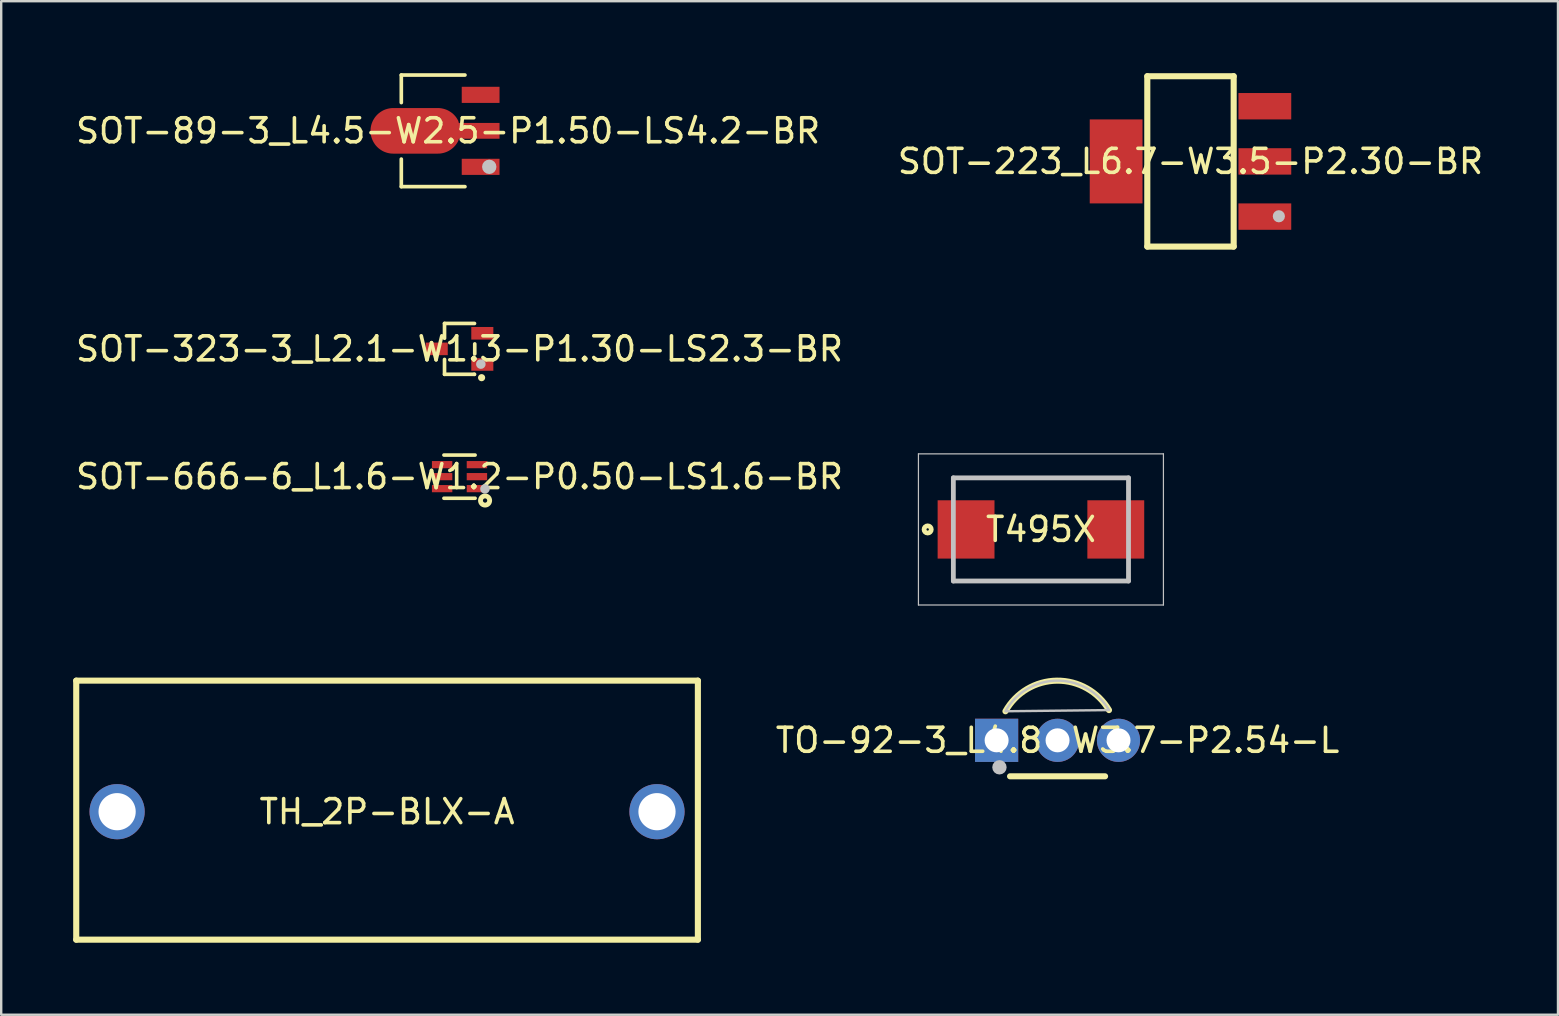
<source format=kicad_pcb>
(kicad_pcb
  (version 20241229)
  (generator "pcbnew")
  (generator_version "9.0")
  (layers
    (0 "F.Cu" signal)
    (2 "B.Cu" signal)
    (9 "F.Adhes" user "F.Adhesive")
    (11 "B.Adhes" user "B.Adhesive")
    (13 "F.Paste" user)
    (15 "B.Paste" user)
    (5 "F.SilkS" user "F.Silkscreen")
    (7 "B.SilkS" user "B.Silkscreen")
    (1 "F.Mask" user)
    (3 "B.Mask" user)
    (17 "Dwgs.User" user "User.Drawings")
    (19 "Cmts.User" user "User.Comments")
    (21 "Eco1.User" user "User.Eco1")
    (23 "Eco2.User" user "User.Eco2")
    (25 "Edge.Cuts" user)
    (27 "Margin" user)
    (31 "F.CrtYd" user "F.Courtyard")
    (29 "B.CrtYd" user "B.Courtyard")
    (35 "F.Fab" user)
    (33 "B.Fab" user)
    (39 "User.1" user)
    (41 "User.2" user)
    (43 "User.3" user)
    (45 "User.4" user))
  (footprint "SOT-223_L6.7-W3.5-P2.30-BR"
    (layer "F.Cu")
    (at 46.565 3.677)
    (property "Reference" "SOT-223_L6.7-W3.5-P2.30-BR" (at 0 0 0) (layer "F.SilkS") (effects (font (size 1 1) (thickness 0.15))))
    (fp_line (start -1.8 -3.55) (end 1.8 -3.55) (stroke (width 0.254) (type default)) (layer "F.SilkS"))
    (fp_line (start -1.8 3.55) (end -1.8 -3.55) (stroke (width 0.254) (type default)) (layer "F.SilkS"))
    (fp_line (start -1.8 3.55) (end 1.8 3.55) (stroke (width 0.254) (type default)) (layer "F.SilkS"))
    (fp_line (start 1.8 3.55) (end 1.8 -3.55) (stroke (width 0.254) (type default)) (layer "F.SilkS"))
    (fp_circle (center 3.683 2.286) (end 3.81 2.286) (stroke (width 0.254) (type default)) (fill no) (layer "Dwgs.User"))
    (fp_poly (pts (xy -3.5 1.5) (xy -3.5 -1.5) (xy -2.6 -1.5) (xy -2.6 1.5)) (stroke (width 0.1) (type default)) (fill no) (layer "User.1"))
    (fp_poly (pts (xy -2.61 1.5) (xy -2.61 -1.5) (xy -1.74 -1.5) (xy -1.74 1.5)) (stroke (width 0.1) (type default)) (fill no) (layer "User.1"))
    (fp_poly (pts (xy 1.74 -1.95) (xy 1.74 -2.65) (xy 2.61 -2.65) (xy 2.61 -1.95)) (stroke (width 0.1) (type default)) (fill no) (layer "User.1"))
    (fp_poly (pts (xy 1.74 0.35) (xy 1.74 -0.35) (xy 2.61 -0.35) (xy 2.61 0.35)) (stroke (width 0.1) (type default)) (fill no) (layer "User.1"))
    (fp_poly (pts (xy 1.74 2.65) (xy 1.74 1.95) (xy 2.61 1.95) (xy 2.61 2.65)) (stroke (width 0.1) (type default)) (fill no) (layer "User.1"))
    (fp_poly (pts (xy 2.6 -1.95) (xy 2.6 -2.65) (xy 3.5 -2.65) (xy 3.5 -1.95)) (stroke (width 0.1) (type default)) (fill no) (layer "User.1"))
    (fp_poly (pts (xy 2.6 0.35) (xy 2.6 -0.35) (xy 3.5 -0.35) (xy 3.5 0.35)) (stroke (width 0.1) (type default)) (fill no) (layer "User.1"))
    (fp_poly (pts (xy 2.6 2.65) (xy 2.6 1.95) (xy 3.5 1.95) (xy 3.5 2.65)) (stroke (width 0.1) (type default)) (fill no) (layer "User.1"))
    (fp_line (start -1.75 -3.25) (end 1.75 -3.25) (stroke (width 0.051) (type default)) (layer "User.2"))
    (fp_line (start -1.75 3.25) (end -1.75 -3.25) (stroke (width 0.051) (type default)) (layer "User.2"))
    (fp_line (start 1.75 -3.25) (end 1.75 3.25) (stroke (width 0.051) (type default)) (layer "User.2"))
    (fp_line (start 1.75 3.25) (end -1.75 3.25) (stroke (width 0.051) (type default)) (layer "User.2"))
    (fp_poly (pts (xy 3.55 3.2) (xy 3.531 3.141) (xy 3.481 3.105) (xy 3.419 3.105) (xy 3.369 3.141) (xy 3.35 3.2) (xy 3.369 3.259) (xy 3.419 3.295) (xy 3.481 3.295) (xy 3.531 3.259)) (stroke (width 0.1) (type default)) (fill no) (layer "User.3"))
    (pad "1" smd rect (at 3.099 2.3 90) (size 1.1 2.2) (layers "F.Cu" "F.Mask" "F.Paste"))
    (pad "2" smd rect (at 3.099 0 90) (size 1.1 2.2) (layers "F.Cu" "F.Mask" "F.Paste"))
    (pad "3" smd rect (at 3.099 -2.3 90) (size 1.1 2.2) (layers "F.Cu" "F.Mask" "F.Paste"))
    (pad "4" smd rect (at -3.099 0) (size 2.2 3.5) (layers "F.Cu" "F.Mask" "F.Paste")))
  (footprint "TH_2P-BLX-A"
    (layer "F.Cu")
    (at 13.081 30.778)
    (property "Reference" "TH_2P-BLX-A" (at 0 0 0) (layer "F.SilkS") (effects (font (size 1 1) (thickness 0.15))))
    (fp_line (start -12.954 -5.461) (end -12.954 5.334) (stroke (width 0.254) (type default)) (layer "F.SilkS"))
    (fp_line (start -12.954 5.334) (end 12.954 5.334) (stroke (width 0.254) (type default)) (layer "F.SilkS"))
    (fp_line (start 12.954 -5.461) (end -12.954 -5.461) (stroke (width 0.254) (type default)) (layer "F.SilkS"))
    (fp_line (start 12.954 5.334) (end 12.954 -5.461) (stroke (width 0.254) (type default)) (layer "F.SilkS"))
    (fp_poly (pts (xy -11.375 0.6) (xy -11.375 -0.6) (xy -11.125 -0.6) (xy -11.125 0.6)) (stroke (width 0.1) (type default)) (fill no) (layer "User.1"))
    (fp_poly (pts (xy 11.125 0.6) (xy 11.125 -0.6) (xy 11.375 -0.6) (xy 11.375 0.6)) (stroke (width 0.1) (type default)) (fill no) (layer "User.1"))
    (fp_line (start -12.9 -5.35) (end 12.9 -5.35) (stroke (width 0.051) (type default)) (layer "User.2"))
    (fp_line (start -12.9 5.35) (end -12.9 -5.35) (stroke (width 0.051) (type default)) (layer "User.2"))
    (fp_line (start 12.9 -5.35) (end 12.9 5.35) (stroke (width 0.051) (type default)) (layer "User.2"))
    (fp_line (start 12.9 5.35) (end -12.9 5.35) (stroke (width 0.051) (type default)) (layer "User.2"))
    (fp_poly (pts (xy -12.84 5.35) (xy -12.858 5.308) (xy -12.9 5.29) (xy -12.942 5.308) (xy -12.96 5.35) (xy -12.942 5.392) (xy -12.9 5.41) (xy -12.858 5.392)) (stroke (width 0.1) (type default)) (fill no) (layer "User.3"))
    (pad "1" thru_hole circle (at -11.25 0) (size 2.3 2.3) (drill 1.55) (layers "*.Cu" "*.Mask"))
    (pad "2" thru_hole circle (at 11.25 0) (size 2.3 2.3) (drill 1.55) (layers "*.Cu" "*.Mask")))
  (footprint "SOT-323-3_L2.1-W1.3-P1.30-LS2.3-BR"
    (layer "F.Cu")
    (at 16.101 11.49)
    (property "Reference" "SOT-323-3_L2.1-W1.3-P1.30-LS2.3-BR" (at 0 0 0) (layer "F.SilkS") (effects (font (size 1 1) (thickness 0.15))))
    (fp_line (start -0.625 -1.06) (end -0.625 -0.443) (stroke (width 0.152) (type default)) (layer "F.SilkS"))
    (fp_line (start -0.625 -1.06) (end 0.625 -1.06) (stroke (width 0.152) (type default)) (layer "F.SilkS"))
    (fp_line (start -0.625 0.44) (end -0.625 1.06) (stroke (width 0.152) (type default)) (layer "F.SilkS"))
    (fp_line (start -0.625 1.06) (end 0.615 1.06) (stroke (width 0.152) (type default)) (layer "F.SilkS"))
    (fp_line (start 0.615 1.06) (end 0.625 1.06) (stroke (width 0.152) (type default)) (layer "F.SilkS"))
    (fp_line (start 0.635 0.207) (end 0.635 -0.207) (stroke (width 0.152) (type default)) (layer "F.SilkS"))
    (fp_circle (center 0.92 1.2) (end 0.995 1.2) (stroke (width 0.15) (type default)) (fill no) (layer "F.SilkS"))
    (fp_circle (center 0.889 0.635) (end 0.989 0.635) (stroke (width 0.2) (type default)) (fill no) (layer "Dwgs.User"))
    (fp_poly (pts (xy -1.15 -0.15) (xy -0.785 -0.15) (xy -0.785 0.15) (xy -1.15 0.15)) (stroke (width 0.1) (type default)) (fill no) (layer "User.1"))
    (fp_poly (pts (xy -0.795 -0.15) (xy -0.62 -0.15) (xy -0.62 0.15) (xy -0.795 0.15)) (stroke (width 0.1) (type default)) (fill no) (layer "User.1"))
    (fp_poly (pts (xy 0.795 -0.8) (xy 0.62 -0.8) (xy 0.62 -0.5) (xy 0.795 -0.5)) (stroke (width 0.1) (type default)) (fill no) (layer "User.1"))
    (fp_poly (pts (xy 0.795 0.5) (xy 0.62 0.5) (xy 0.62 0.8) (xy 0.795 0.8)) (stroke (width 0.1) (type default)) (fill no) (layer "User.1"))
    (fp_poly (pts (xy 1.15 -0.8) (xy 0.785 -0.8) (xy 0.785 -0.5) (xy 1.15 -0.5)) (stroke (width 0.1) (type default)) (fill no) (layer "User.1"))
    (fp_poly (pts (xy 1.15 0.5) (xy 0.785 0.5) (xy 0.785 0.8) (xy 1.15 0.8)) (stroke (width 0.1) (type default)) (fill no) (layer "User.1"))
    (fp_line (start -0.625 -1.05) (end -0.625 1.05) (stroke (width 0.051) (type default)) (layer "User.2"))
    (fp_line (start -0.625 1.05) (end 0.625 1.05) (stroke (width 0.051) (type default)) (layer "User.2"))
    (fp_line (start 0.625 -1.05) (end -0.625 -1.05) (stroke (width 0.051) (type default)) (layer "User.2"))
    (fp_line (start 0.625 1.05) (end 0.625 -1.05) (stroke (width 0.051) (type default)) (layer "User.2"))
    (fp_poly (pts (xy 1.21 1.05) (xy 1.192 1.008) (xy 1.15 0.99) (xy 1.108 1.008) (xy 1.09 1.05) (xy 1.108 1.092) (xy 1.15 1.11) (xy 1.192 1.092)) (stroke (width 0.1) (type default)) (fill no) (layer "User.3"))
    (pad "1" smd rect (at 0.95 0.65 90) (size 0.525 0.919) (layers "F.Cu" "F.Mask" "F.Paste"))
    (pad "2" smd rect (at 0.95 -0.65 90) (size 0.525 0.919) (layers "F.Cu" "F.Mask" "F.Paste"))
    (pad "3" smd rect (at -0.95 0 90) (size 0.525 0.919) (layers "F.Cu" "F.Mask" "F.Paste")))
  (footprint "SOT-89-3_L4.5-W2.5-P1.50-LS4.2-BR"
    (layer "F.Cu")
    (at 15.625 2.403)
    (property "Reference" "SOT-89-3_L4.5-W2.5-P1.50-LS4.2-BR" (at 0 0 0) (layer "F.SilkS") (effects (font (size 1 1) (thickness 0.15))))
    (fp_line (start -1.95 -2.326) (end -1.95 -1.177) (stroke (width 0.152) (type default)) (layer "F.SilkS"))
    (fp_line (start -1.95 2.326) (end -1.95 1.177) (stroke (width 0.152) (type default)) (layer "F.SilkS"))
    (fp_line (start 0.703 -2.326) (end -1.95 -2.326) (stroke (width 0.152) (type default)) (layer "F.SilkS"))
    (fp_line (start 0.703 2.326) (end -1.95 2.326) (stroke (width 0.152) (type default)) (layer "F.SilkS"))
    (fp_circle (center 1.715 1.5) (end 1.865 1.5) (stroke (width 0.3) (type default)) (fill no) (layer "Dwgs.User"))
    (fp_poly (pts (xy 0.624 -1.75) (xy 1.724 -1.75) (xy 1.724 -1.25) (xy 0.624 -1.25)) (stroke (width 0.1) (type default)) (fill no) (layer "User.1"))
    (fp_poly (pts (xy 0.624 1.25) (xy 1.724 1.25) (xy 1.724 1.75) (xy 0.624 1.75)) (stroke (width 0.1) (type default)) (fill no) (layer "User.1"))
    (fp_poly (pts (xy 0.439 0.26) (xy 1.724 0.26) (xy 1.724 -0.26) (xy 0.439 -0.26) (xy -0.136 -0.863) (xy -2 -0.863) (xy -2.471 -0.287) (xy -2.471 0.287) (xy -2 0.863) (xy -0.136 0.863)) (stroke (width 0.1) (type default)) (fill no) (layer "User.1"))
    (fp_line (start -1.873 -2.25) (end 0.626 -2.25) (stroke (width 0.051) (type default)) (layer "User.2"))
    (fp_line (start -1.873 2.25) (end -1.873 -2.25) (stroke (width 0.051) (type default)) (layer "User.2"))
    (fp_line (start 0.626 -2.25) (end 0.626 2.25) (stroke (width 0.051) (type default)) (layer "User.2"))
    (fp_line (start 0.626 2.25) (end -1.873 2.25) (stroke (width 0.051) (type default)) (layer "User.2"))
    (fp_poly (pts (xy 1.784 2.25) (xy 1.766 2.208) (xy 1.724 2.19) (xy 1.682 2.208) (xy 1.664 2.25) (xy 1.682 2.292) (xy 1.724 2.31) (xy 1.766 2.292)) (stroke (width 0.1) (type default)) (fill no) (layer "User.3"))
    (pad "1" smd rect (at 1.356 1.5) (size 1.575 0.672) (layers "F.Cu" "F.Mask" "F.Paste"))
    (pad "2" smd custom (at -1.356 0) (size 0.000001 0.000001) (layers "F.Cu" "F.Mask" "F.Paste") (options (anchor circle)) (primitives (gr_poly (pts (xy -0.927 -0.95) (xy 0.927 -0.95) (xy 0.972 -0.949) (xy 1.016 -0.946) (xy 1.06 -0.941) (xy 1.104 -0.933) (xy 1.147 -0.924) (xy 1.19 -0.912) (xy 1.233 -0.899) (xy 1.275 -0.884) (xy 1.316 -0.867) (xy 1.357 -0.848) (xy 1.395 -0.826) (xy 1.434 -0.803) (xy 1.471 -0.778) (xy 1.507 -0.752) (xy 1.542 -0.725) (xy 1.575 -0.695) (xy 1.607 -0.663) (xy 1.637 -0.631) (xy 1.666 -0.597) (xy 1.693 -0.562) (xy 1.718 -0.525) (xy 1.742 -0.487) (xy 1.764 -0.449) (xy 1.784 -0.409) (xy 1.802 -0.33) (xy 3.5 -0.33) (xy 3.5 0.33) (xy 1.802 0.33) (xy 1.784 0.409) (xy 1.764 0.449) (xy 1.742 0.488) (xy 1.718 0.525) (xy 1.693 0.562) (xy 1.666 0.598) (xy 1.637 0.631) (xy 1.607 0.664) (xy 1.575 0.695) (xy 1.542 0.725) (xy 1.507 0.752) (xy 1.471 0.779) (xy 1.434 0.803) (xy 1.395 0.827) (xy 1.357 0.848) (xy 1.316 0.867) (xy 1.275 0.884) (xy 1.233 0.899) (xy 1.19 0.913) (xy 1.147 0.924) (xy 1.104 0.933) (xy 1.06 0.941) (xy 1.016 0.946) (xy 0.972 0.949) (xy 0.927 0.95) (xy -0.927 0.95) (xy -0.972 0.949) (xy -1.016 0.946) (xy -1.06 0.941) (xy -1.105 0.933) (xy -1.148 0.924) (xy -1.191 0.913) (xy -1.234 0.899) (xy -1.276 0.884) (xy -1.317 0.867) (xy -1.357 0.848) (xy -1.396 0.827) (xy -1.434 0.803) (xy -1.471 0.779) (xy -1.507 0.752) (xy -1.542 0.725) (xy -1.575 0.695) (xy -1.607 0.664) (xy -1.637 0.631) (xy -1.666 0.598) (xy -1.693 0.562) (xy -1.718 0.525) (xy -1.742 0.488) (xy -1.764 0.449) (xy -1.784 0.409) (xy -1.802 0.369) (xy -1.819 0.328) (xy -1.833 0.285) (xy -1.846 0.242) (xy -1.856 0.199) (xy -1.865 0.155) (xy -1.871 0.112) (xy -1.875 0.067) (xy -1.877 0.022) (xy -1.877 -0.022) (xy -1.875 -0.067) (xy -1.871 -0.111) (xy -1.865 -0.155) (xy -1.856 -0.199) (xy -1.846 -0.242) (xy -1.833 -0.285) (xy -1.819 -0.327) (xy -1.802 -0.368) (xy -1.784 -0.409) (xy -1.764 -0.449) (xy -1.742 -0.487) (xy -1.718 -0.525) (xy -1.693 -0.562) (xy -1.666 -0.597) (xy -1.637 -0.631) (xy -1.607 -0.663) (xy -1.575 -0.695) (xy -1.542 -0.725) (xy -1.507 -0.752) (xy -1.471 -0.778) (xy -1.434 -0.803) (xy -1.396 -0.826) (xy -1.357 -0.848) (xy -1.317 -0.867) (xy -1.276 -0.884) (xy -1.234 -0.899) (xy -1.191 -0.912) (xy -1.148 -0.924) (xy -1.105 -0.933) (xy -1.06 -0.941) (xy -1.016 -0.946) (xy -0.972 -0.949)) (width 0) (fill yes))))
    (pad "3" smd rect (at 1.356 -1.5) (size 1.575 0.672) (layers "F.Cu" "F.Mask" "F.Paste")))
  (footprint "TO-92-3_L4.8-W3.7-P2.54-L"
    (layer "F.Cu")
    (at 41.025 27.804)
    (property "Reference" "TO-92-3_L4.8-W3.7-P2.54-L" (at 0 0 0) (layer "F.SilkS") (effects (font (size 1 1) (thickness 0.15))))
    (fp_line (start 1.98 1.5) (end -1.98 1.5) (stroke (width 0.254) (type default)) (layer "F.SilkS"))
    (fp_arc (start -2.1715 -1.2115) (mid -0.027875 -2.486437) (end 2.144 -1.26) (stroke (width 0.254) (type default)) (layer "F.SilkS"))
    (fp_circle (center -2.422 1.124) (end -2.272 1.124) (stroke (width 0.3) (type default)) (fill no) (layer "Dwgs.User"))
    (fp_poly (pts (arc (start 2.144 -1.26) (mid -0.027878 -2.486676) (end -2.1715 -1.2115))) (stroke (width 0.1) (type default)) (fill no) (layer "Dwgs.User"))
    (fp_poly (pts (xy -2.29 0.2) (xy -2.79 0.2) (xy -2.79 -0.2) (xy -2.29 -0.2)) (stroke (width 0.1) (type default)) (fill no) (layer "User.1"))
    (fp_poly (pts (xy 0.25 0.2) (xy -0.25 0.2) (xy -0.25 -0.2) (xy 0.25 -0.2)) (stroke (width 0.1) (type default)) (fill no) (layer "User.1"))
    (fp_poly (pts (xy 2.79 0.2) (xy 2.29 0.2) (xy 2.29 -0.2) (xy 2.79 -0.2)) (stroke (width 0.1) (type default)) (fill no) (layer "User.1"))
    (fp_line (start -2.448 -0.069) (end -2.448 -0.067) (stroke (width 0.051) (type default)) (layer "User.2"))
    (fp_line (start -2.448 -0.067) (end -2.26 1.27) (stroke (width 0.051) (type default)) (layer "User.2"))
    (fp_line (start -2.26 1.27) (end 2.284 1.27) (stroke (width 0.051) (type default)) (layer "User.2"))
    (fp_line (start -1.646 -1.817) (end -1.779 -1.684) (stroke (width 0.051) (type default)) (layer "User.2"))
    (fp_line (start -1.613 -1.849) (end -1.646 -1.817) (stroke (width 0.051) (type default)) (layer "User.2"))
    (fp_line (start 0.068 -2.459) (end -0.142 -2.459) (stroke (width 0.051) (type default)) (layer "User.2"))
    (fp_line (start 2.284 1.27) (end 2.285 1.271) (stroke (width 0.051) (type default)) (layer "User.2"))
    (fp_line (start 2.285 1.271) (end 2.355 0.566) (stroke (width 0.051) (type default)) (layer "User.2"))
    (fp_line (start 2.355 0.566) (end 2.355 -0.056) (stroke (width 0.051) (type default)) (layer "User.2"))
    (fp_arc (start -2.448 -0.069) (mid -2.274141 -0.943049) (end -1.779 -1.684) (stroke (width 0.051) (type default)) (layer "User.2"))
    (fp_arc (start -1.6135 -1.8495) (mid -0.93837 -2.300607) (end -0.142 -2.459) (stroke (width 0.051) (type default)) (layer "User.2"))
    (fp_arc (start 0.0675 -2.459) (mid 0.911508 -2.291116) (end 1.627 -1.813) (stroke (width 0.051) (type default)) (layer "User.2"))
    (fp_arc (start 1.627 -1.813) (mid 2.165784 -1.006652) (end 2.355 -0.0555) (stroke (width 0.051) (type default)) (layer "User.2"))
    (fp_poly (pts (xy -2.73 1.271) (xy -2.748 1.229) (xy -2.79 1.211) (xy -2.832 1.229) (xy -2.85 1.271) (xy -2.832 1.313) (xy -2.79 1.331) (xy -2.748 1.313)) (stroke (width 0.1) (type default)) (fill no) (layer "User.3"))
    (pad "1" thru_hole rect (at -2.54 0 270) (size 1.8 1.8) (drill 1) (layers "*.Cu" "*.Mask"))
    (pad "2" thru_hole circle (at 0 0 270) (size 1.8 1.8) (drill 1) (layers "*.Cu" "*.Mask"))
    (pad "3" thru_hole circle (at 2.54 0 270) (size 1.8 1.8) (drill 1) (layers "*.Cu" "*.Mask")))
  (footprint "SOT-666-6_L1.6-W1.2-P0.50-LS1.6-BR"
    (layer "F.Cu")
    (at 16.101 16.815)
    (property "Reference" "SOT-666-6_L1.6-W1.2-P0.50-LS1.6-BR" (at 0 0 0) (layer "F.SilkS") (effects (font (size 1 1) (thickness 0.15))))
    (fp_line (start 0.65 -0.9) (end -0.65 -0.9) (stroke (width 0.15) (type default)) (layer "F.SilkS"))
    (fp_line (start 0.65 0.9) (end -0.65 0.9) (stroke (width 0.15) (type default)) (layer "F.SilkS"))
    (fp_circle (center 1.065 0.995) (end 1.154 0.995) (stroke (width 0.203) (type default)) (fill no) (layer "F.SilkS"))
    (fp_circle (center 1.06 0.51) (end 1.16 0.51) (stroke (width 0.2) (type default)) (fill no) (layer "Dwgs.User"))
    (fp_poly (pts (xy -0.8 -0.4) (xy -0.8 -0.6) (xy -0.53 -0.6) (xy -0.53 -0.4)) (stroke (width 0.1) (type default)) (fill no) (layer "User.1"))
    (fp_poly (pts (xy -0.8 0.1) (xy -0.8 -0.1) (xy -0.53 -0.1) (xy -0.53 0.1)) (stroke (width 0.1) (type default)) (fill no) (layer "User.1"))
    (fp_poly (pts (xy -0.8 0.6) (xy -0.8 0.4) (xy -0.53 0.4) (xy -0.53 0.6)) (stroke (width 0.1) (type default)) (fill no) (layer "User.1"))
    (fp_poly (pts (xy 0.53 -0.4) (xy 0.53 -0.6) (xy 0.8 -0.6) (xy 0.8 -0.4)) (stroke (width 0.1) (type default)) (fill no) (layer "User.1"))
    (fp_poly (pts (xy 0.53 0.1) (xy 0.53 -0.1) (xy 0.8 -0.1) (xy 0.8 0.1)) (stroke (width 0.1) (type default)) (fill no) (layer "User.1"))
    (fp_poly (pts (xy 0.53 0.6) (xy 0.53 0.4) (xy 0.8 0.4) (xy 0.8 0.6)) (stroke (width 0.1) (type default)) (fill no) (layer "User.1"))
    (fp_line (start -0.6 -0.825) (end 0.6 -0.825) (stroke (width 0.051) (type default)) (layer "User.2"))
    (fp_line (start -0.6 0.825) (end -0.6 -0.825) (stroke (width 0.051) (type default)) (layer "User.2"))
    (fp_line (start 0.6 -0.825) (end 0.6 0.825) (stroke (width 0.051) (type default)) (layer "User.2"))
    (fp_line (start 0.6 0.825) (end -0.6 0.825) (stroke (width 0.051) (type default)) (layer "User.2"))
    (fp_poly (pts (xy 0.86 0.825) (xy 0.842 0.783) (xy 0.8 0.765) (xy 0.758 0.783) (xy 0.74 0.825) (xy 0.758 0.867) (xy 0.8 0.885) (xy 0.842 0.867)) (stroke (width 0.1) (type default)) (fill no) (layer "User.3"))
    (pad "1" smd rect (at 0.725 0.5 90) (size 0.3 0.85) (layers "F.Cu" "F.Mask" "F.Paste"))
    (pad "2" smd rect (at 0.725 0 90) (size 0.3 0.85) (layers "F.Cu" "F.Mask" "F.Paste"))
    (pad "3" smd rect (at 0.725 -0.5 90) (size 0.3 0.85) (layers "F.Cu" "F.Mask" "F.Paste"))
    (pad "4" smd rect (at -0.725 -0.5 90) (size 0.3 0.85) (layers "F.Cu" "F.Mask" "F.Paste"))
    (pad "5" smd rect (at -0.725 0 90) (size 0.3 0.85) (layers "F.Cu" "F.Mask" "F.Paste"))
    (pad "6" smd rect (at -0.725 0.5 90) (size 0.3 0.85) (layers "F.Cu" "F.Mask" "F.Paste")))
  (footprint "T495X"
    (layer "F.Cu")
    (at 40.332 19.015)
    (property "Reference" "T495X" (at 0 0 0) (layer "F.SilkS") (effects (font (size 1 1) (thickness 0.15))))
    (fp_line (start -3.65 -2.15) (end 3.65 -2.15) (stroke (width 0.1) (type default)) (layer "F.SilkS"))
    (fp_line (start 3.65 2.15) (end -3.65 2.15) (stroke (width 0.1) (type default)) (layer "F.SilkS"))
    (fp_circle (center -4.72 0) (end -4.67 0) (stroke (width 0.2) (type default)) (fill no) (layer "F.SilkS"))
    (fp_line (start -5.105 -3.15) (end 5.105 -3.15) (stroke (width 0.05) (type default)) (layer "Dwgs.User"))
    (fp_line (start -5.105 3.15) (end -5.105 -3.15) (stroke (width 0.05) (type default)) (layer "Dwgs.User"))
    (fp_line (start -3.65 -2.15) (end 3.65 -2.15) (stroke (width 0.2) (type default)) (layer "Dwgs.User"))
    (fp_line (start -3.65 2.15) (end -3.65 -2.15) (stroke (width 0.2) (type default)) (layer "Dwgs.User"))
    (fp_line (start 3.65 -2.15) (end 3.65 2.15) (stroke (width 0.2) (type default)) (layer "Dwgs.User"))
    (fp_line (start 3.65 2.15) (end -3.65 2.15) (stroke (width 0.2) (type default)) (layer "Dwgs.User"))
    (fp_line (start 5.105 -3.15) (end 5.105 3.15) (stroke (width 0.05) (type default)) (layer "Dwgs.User"))
    (fp_line (start 5.105 3.15) (end -5.105 3.15) (stroke (width 0.05) (type default)) (layer "Dwgs.User"))
    (pad "1" smd rect (at -3.12 0 90) (size 2.43 2.37) (layers "F.Cu" "F.Mask" "F.Paste"))
    (pad "2" smd rect (at 3.12 0 90) (size 2.43 2.37) (layers "F.Cu" "F.Mask" "F.Paste")))
  (gr_rect
    (start -3 -3)
    (end 61.881 39.239)
    (stroke (width 0.1) (type default))
    (fill no)
    (layer "Edge.Cuts")))
</source>
